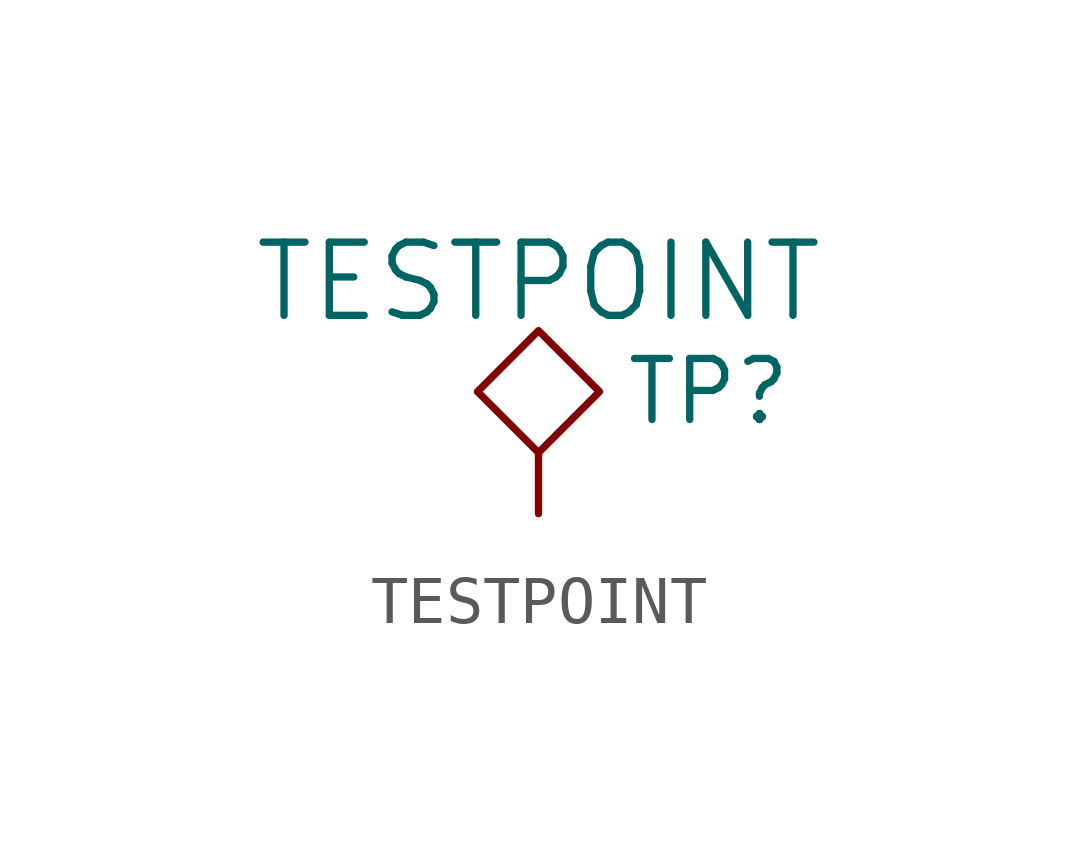
<source format=kicad_sym>
(kicad_symbol_lib
  (version 20211014)
  (generator kicad_symbol_editor)
  (symbol "TESTPOINT"
    (pin_numbers hide)
    (pin_names
      (offset 1.016) hide)
    (property "Reference" "TP"
      (at 1.778 2.54 0)
      (effects (font (size 1.27 1.27)) (justify left)))
    (property "Value" "TESTPOINT"
      (at 0 4.826 0)
      (effects (font (size 1.524 1.524))))
    (symbol "TESTPOINT_0_1"
      (polyline (pts (xy 0 1.27) (xy -1.27 2.54) (xy 0 3.81) (xy 1.27 2.54) (xy 0 1.27)) (stroke (width 0) (type default) (color 0 0 0 0)) (fill (type none))))
    (symbol "TESTPOINT_1_1"
      (pin input line (at 0 0 90) (length 1.27) (name "~" (effects (font (size 1.27 1.27)))) (number "TP" (effects (font (size 1.27 1.27))))))))
</source>
